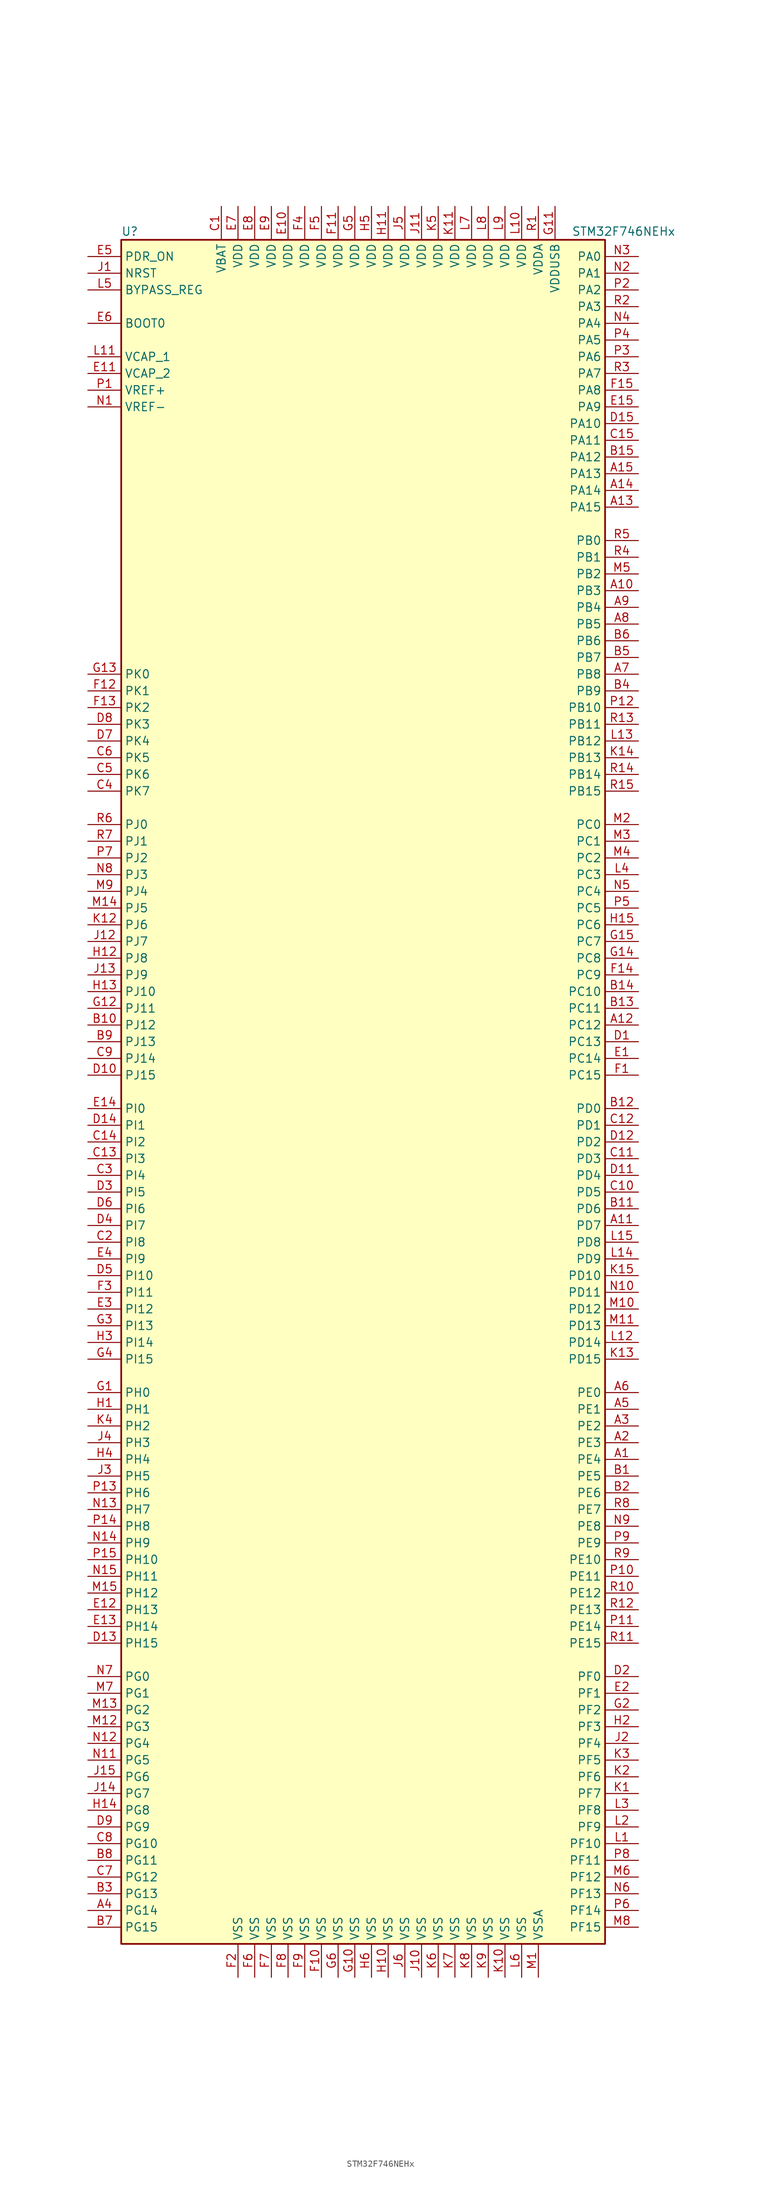
<source format=kicad_sym>
(kicad_symbol_lib
  (version 20220914)
  (generator kicad_symbol_editor)
  (symbol "STM32F746NEHx"
    (property "Reference" "U"
      (at -38.1 130.81 0)
      (effects (font (size 1.27 1.27)) (justify left)))
    (property "Value" "STM32F746NEHx"
      (at 30.48 130.81 0)
      (effects (font (size 1.27 1.27)) (justify left)))
    (symbol "STM32F746NEHx_0_1"
      (rectangle (start -38.1 -129.54) (end 35.56 129.54) (stroke (width 0.254) (type default)) (fill (type background))))
    (symbol "STM32F746NEHx_1_1"
      (pin bidirectional line (at 40.64 -55.88 180) (length 5.08) (name "PE4" (effects (font (size 1.27 1.27)))) (number "A1" (effects (font (size 1.27 1.27)))))
      (pin bidirectional line (at 40.64 76.2 180) (length 5.08) (name "PB3" (effects (font (size 1.27 1.27)))) (number "A10" (effects (font (size 1.27 1.27)))))
      (pin bidirectional line (at 40.64 -20.32 180) (length 5.08) (name "PD7" (effects (font (size 1.27 1.27)))) (number "A11" (effects (font (size 1.27 1.27)))))
      (pin bidirectional line (at 40.64 10.16 180) (length 5.08) (name "PC12" (effects (font (size 1.27 1.27)))) (number "A12" (effects (font (size 1.27 1.27)))))
      (pin bidirectional line (at 40.64 88.9 180) (length 5.08) (name "PA15" (effects (font (size 1.27 1.27)))) (number "A13" (effects (font (size 1.27 1.27)))))
      (pin bidirectional line (at 40.64 91.44 180) (length 5.08) (name "PA14" (effects (font (size 1.27 1.27)))) (number "A14" (effects (font (size 1.27 1.27)))))
      (pin bidirectional line (at 40.64 93.98 180) (length 5.08) (name "PA13" (effects (font (size 1.27 1.27)))) (number "A15" (effects (font (size 1.27 1.27)))))
      (pin bidirectional line (at 40.64 -53.34 180) (length 5.08) (name "PE3" (effects (font (size 1.27 1.27)))) (number "A2" (effects (font (size 1.27 1.27)))))
      (pin bidirectional line (at 40.64 -50.8 180) (length 5.08) (name "PE2" (effects (font (size 1.27 1.27)))) (number "A3" (effects (font (size 1.27 1.27)))))
      (pin bidirectional line (at -43.18 -124.46 0) (length 5.08) (name "PG14" (effects (font (size 1.27 1.27)))) (number "A4" (effects (font (size 1.27 1.27)))))
      (pin bidirectional line (at 40.64 -48.26 180) (length 5.08) (name "PE1" (effects (font (size 1.27 1.27)))) (number "A5" (effects (font (size 1.27 1.27)))))
      (pin bidirectional line (at 40.64 -45.72 180) (length 5.08) (name "PE0" (effects (font (size 1.27 1.27)))) (number "A6" (effects (font (size 1.27 1.27)))))
      (pin bidirectional line (at 40.64 63.5 180) (length 5.08) (name "PB8" (effects (font (size 1.27 1.27)))) (number "A7" (effects (font (size 1.27 1.27)))))
      (pin bidirectional line (at 40.64 71.12 180) (length 5.08) (name "PB5" (effects (font (size 1.27 1.27)))) (number "A8" (effects (font (size 1.27 1.27)))))
      (pin bidirectional line (at 40.64 73.66 180) (length 5.08) (name "PB4" (effects (font (size 1.27 1.27)))) (number "A9" (effects (font (size 1.27 1.27)))))
      (pin bidirectional line (at 40.64 -58.42 180) (length 5.08) (name "PE5" (effects (font (size 1.27 1.27)))) (number "B1" (effects (font (size 1.27 1.27)))))
      (pin bidirectional line (at -43.18 10.16 0) (length 5.08) (name "PJ12" (effects (font (size 1.27 1.27)))) (number "B10" (effects (font (size 1.27 1.27)))))
      (pin bidirectional line (at 40.64 -17.78 180) (length 5.08) (name "PD6" (effects (font (size 1.27 1.27)))) (number "B11" (effects (font (size 1.27 1.27)))))
      (pin bidirectional line (at 40.64 -2.54 180) (length 5.08) (name "PD0" (effects (font (size 1.27 1.27)))) (number "B12" (effects (font (size 1.27 1.27)))))
      (pin bidirectional line (at 40.64 12.7 180) (length 5.08) (name "PC11" (effects (font (size 1.27 1.27)))) (number "B13" (effects (font (size 1.27 1.27)))))
      (pin bidirectional line (at 40.64 15.24 180) (length 5.08) (name "PC10" (effects (font (size 1.27 1.27)))) (number "B14" (effects (font (size 1.27 1.27)))))
      (pin bidirectional line (at 40.64 96.52 180) (length 5.08) (name "PA12" (effects (font (size 1.27 1.27)))) (number "B15" (effects (font (size 1.27 1.27)))))
      (pin bidirectional line (at 40.64 -60.96 180) (length 5.08) (name "PE6" (effects (font (size 1.27 1.27)))) (number "B2" (effects (font (size 1.27 1.27)))))
      (pin bidirectional line (at -43.18 -121.92 0) (length 5.08) (name "PG13" (effects (font (size 1.27 1.27)))) (number "B3" (effects (font (size 1.27 1.27)))))
      (pin bidirectional line (at 40.64 60.96 180) (length 5.08) (name "PB9" (effects (font (size 1.27 1.27)))) (number "B4" (effects (font (size 1.27 1.27)))))
      (pin bidirectional line (at 40.64 66.04 180) (length 5.08) (name "PB7" (effects (font (size 1.27 1.27)))) (number "B5" (effects (font (size 1.27 1.27)))))
      (pin bidirectional line (at 40.64 68.58 180) (length 5.08) (name "PB6" (effects (font (size 1.27 1.27)))) (number "B6" (effects (font (size 1.27 1.27)))))
      (pin bidirectional line (at -43.18 -127 0) (length 5.08) (name "PG15" (effects (font (size 1.27 1.27)))) (number "B7" (effects (font (size 1.27 1.27)))))
      (pin bidirectional line (at -43.18 -116.84 0) (length 5.08) (name "PG11" (effects (font (size 1.27 1.27)))) (number "B8" (effects (font (size 1.27 1.27)))))
      (pin bidirectional line (at -43.18 7.62 0) (length 5.08) (name "PJ13" (effects (font (size 1.27 1.27)))) (number "B9" (effects (font (size 1.27 1.27)))))
      (pin power_in line (at -22.86 134.62 270) (length 5.08) (name "VBAT" (effects (font (size 1.27 1.27)))) (number "C1" (effects (font (size 1.27 1.27)))))
      (pin bidirectional line (at 40.64 -15.24 180) (length 5.08) (name "PD5" (effects (font (size 1.27 1.27)))) (number "C10" (effects (font (size 1.27 1.27)))))
      (pin bidirectional line (at 40.64 -10.16 180) (length 5.08) (name "PD3" (effects (font (size 1.27 1.27)))) (number "C11" (effects (font (size 1.27 1.27)))))
      (pin bidirectional line (at 40.64 -5.08 180) (length 5.08) (name "PD1" (effects (font (size 1.27 1.27)))) (number "C12" (effects (font (size 1.27 1.27)))))
      (pin bidirectional line (at -43.18 -10.16 0) (length 5.08) (name "PI3" (effects (font (size 1.27 1.27)))) (number "C13" (effects (font (size 1.27 1.27)))))
      (pin bidirectional line (at -43.18 -7.62 0) (length 5.08) (name "PI2" (effects (font (size 1.27 1.27)))) (number "C14" (effects (font (size 1.27 1.27)))))
      (pin bidirectional line (at 40.64 99.06 180) (length 5.08) (name "PA11" (effects (font (size 1.27 1.27)))) (number "C15" (effects (font (size 1.27 1.27)))))
      (pin bidirectional line (at -43.18 -22.86 0) (length 5.08) (name "PI8" (effects (font (size 1.27 1.27)))) (number "C2" (effects (font (size 1.27 1.27)))))
      (pin bidirectional line (at -43.18 -12.7 0) (length 5.08) (name "PI4" (effects (font (size 1.27 1.27)))) (number "C3" (effects (font (size 1.27 1.27)))))
      (pin bidirectional line (at -43.18 45.72 0) (length 5.08) (name "PK7" (effects (font (size 1.27 1.27)))) (number "C4" (effects (font (size 1.27 1.27)))))
      (pin bidirectional line (at -43.18 48.26 0) (length 5.08) (name "PK6" (effects (font (size 1.27 1.27)))) (number "C5" (effects (font (size 1.27 1.27)))))
      (pin bidirectional line (at -43.18 50.8 0) (length 5.08) (name "PK5" (effects (font (size 1.27 1.27)))) (number "C6" (effects (font (size 1.27 1.27)))))
      (pin bidirectional line (at -43.18 -119.38 0) (length 5.08) (name "PG12" (effects (font (size 1.27 1.27)))) (number "C7" (effects (font (size 1.27 1.27)))))
      (pin bidirectional line (at -43.18 -114.3 0) (length 5.08) (name "PG10" (effects (font (size 1.27 1.27)))) (number "C8" (effects (font (size 1.27 1.27)))))
      (pin bidirectional line (at -43.18 5.08 0) (length 5.08) (name "PJ14" (effects (font (size 1.27 1.27)))) (number "C9" (effects (font (size 1.27 1.27)))))
      (pin bidirectional line (at 40.64 7.62 180) (length 5.08) (name "PC13" (effects (font (size 1.27 1.27)))) (number "D1" (effects (font (size 1.27 1.27)))))
      (pin bidirectional line (at -43.18 2.54 0) (length 5.08) (name "PJ15" (effects (font (size 1.27 1.27)))) (number "D10" (effects (font (size 1.27 1.27)))))
      (pin bidirectional line (at 40.64 -12.7 180) (length 5.08) (name "PD4" (effects (font (size 1.27 1.27)))) (number "D11" (effects (font (size 1.27 1.27)))))
      (pin bidirectional line (at 40.64 -7.62 180) (length 5.08) (name "PD2" (effects (font (size 1.27 1.27)))) (number "D12" (effects (font (size 1.27 1.27)))))
      (pin bidirectional line (at -43.18 -83.82 0) (length 5.08) (name "PH15" (effects (font (size 1.27 1.27)))) (number "D13" (effects (font (size 1.27 1.27)))))
      (pin bidirectional line (at -43.18 -5.08 0) (length 5.08) (name "PI1" (effects (font (size 1.27 1.27)))) (number "D14" (effects (font (size 1.27 1.27)))))
      (pin bidirectional line (at 40.64 101.6 180) (length 5.08) (name "PA10" (effects (font (size 1.27 1.27)))) (number "D15" (effects (font (size 1.27 1.27)))))
      (pin bidirectional line (at 40.64 -88.9 180) (length 5.08) (name "PF0" (effects (font (size 1.27 1.27)))) (number "D2" (effects (font (size 1.27 1.27)))))
      (pin bidirectional line (at -43.18 -15.24 0) (length 5.08) (name "PI5" (effects (font (size 1.27 1.27)))) (number "D3" (effects (font (size 1.27 1.27)))))
      (pin bidirectional line (at -43.18 -20.32 0) (length 5.08) (name "PI7" (effects (font (size 1.27 1.27)))) (number "D4" (effects (font (size 1.27 1.27)))))
      (pin bidirectional line (at -43.18 -27.94 0) (length 5.08) (name "PI10" (effects (font (size 1.27 1.27)))) (number "D5" (effects (font (size 1.27 1.27)))))
      (pin bidirectional line (at -43.18 -17.78 0) (length 5.08) (name "PI6" (effects (font (size 1.27 1.27)))) (number "D6" (effects (font (size 1.27 1.27)))))
      (pin bidirectional line (at -43.18 53.34 0) (length 5.08) (name "PK4" (effects (font (size 1.27 1.27)))) (number "D7" (effects (font (size 1.27 1.27)))))
      (pin bidirectional line (at -43.18 55.88 0) (length 5.08) (name "PK3" (effects (font (size 1.27 1.27)))) (number "D8" (effects (font (size 1.27 1.27)))))
      (pin bidirectional line (at -43.18 -111.76 0) (length 5.08) (name "PG9" (effects (font (size 1.27 1.27)))) (number "D9" (effects (font (size 1.27 1.27)))))
      (pin bidirectional line (at 40.64 5.08 180) (length 5.08) (name "PC14" (effects (font (size 1.27 1.27)))) (number "E1" (effects (font (size 1.27 1.27)))))
      (pin power_in line (at -12.7 134.62 270) (length 5.08) (name "VDD" (effects (font (size 1.27 1.27)))) (number "E10" (effects (font (size 1.27 1.27)))))
      (pin power_in line (at -43.18 109.22 0) (length 5.08) (name "VCAP_2" (effects (font (size 1.27 1.27)))) (number "E11" (effects (font (size 1.27 1.27)))))
      (pin bidirectional line (at -43.18 -78.74 0) (length 5.08) (name "PH13" (effects (font (size 1.27 1.27)))) (number "E12" (effects (font (size 1.27 1.27)))))
      (pin bidirectional line (at -43.18 -81.28 0) (length 5.08) (name "PH14" (effects (font (size 1.27 1.27)))) (number "E13" (effects (font (size 1.27 1.27)))))
      (pin bidirectional line (at -43.18 -2.54 0) (length 5.08) (name "PI0" (effects (font (size 1.27 1.27)))) (number "E14" (effects (font (size 1.27 1.27)))))
      (pin bidirectional line (at 40.64 104.14 180) (length 5.08) (name "PA9" (effects (font (size 1.27 1.27)))) (number "E15" (effects (font (size 1.27 1.27)))))
      (pin bidirectional line (at 40.64 -91.44 180) (length 5.08) (name "PF1" (effects (font (size 1.27 1.27)))) (number "E2" (effects (font (size 1.27 1.27)))))
      (pin bidirectional line (at -43.18 -33.02 0) (length 5.08) (name "PI12" (effects (font (size 1.27 1.27)))) (number "E3" (effects (font (size 1.27 1.27)))))
      (pin bidirectional line (at -43.18 -25.4 0) (length 5.08) (name "PI9" (effects (font (size 1.27 1.27)))) (number "E4" (effects (font (size 1.27 1.27)))))
      (pin input line (at -43.18 127 0) (length 5.08) (name "PDR_ON" (effects (font (size 1.27 1.27)))) (number "E5" (effects (font (size 1.27 1.27)))))
      (pin input line (at -43.18 116.84 0) (length 5.08) (name "BOOT0" (effects (font (size 1.27 1.27)))) (number "E6" (effects (font (size 1.27 1.27)))))
      (pin power_in line (at -20.32 134.62 270) (length 5.08) (name "VDD" (effects (font (size 1.27 1.27)))) (number "E7" (effects (font (size 1.27 1.27)))))
      (pin power_in line (at -17.78 134.62 270) (length 5.08) (name "VDD" (effects (font (size 1.27 1.27)))) (number "E8" (effects (font (size 1.27 1.27)))))
      (pin power_in line (at -15.24 134.62 270) (length 5.08) (name "VDD" (effects (font (size 1.27 1.27)))) (number "E9" (effects (font (size 1.27 1.27)))))
      (pin bidirectional line (at 40.64 2.54 180) (length 5.08) (name "PC15" (effects (font (size 1.27 1.27)))) (number "F1" (effects (font (size 1.27 1.27)))))
      (pin power_in line (at -7.62 -134.62 90) (length 5.08) (name "VSS" (effects (font (size 1.27 1.27)))) (number "F10" (effects (font (size 1.27 1.27)))))
      (pin power_in line (at -5.08 134.62 270) (length 5.08) (name "VDD" (effects (font (size 1.27 1.27)))) (number "F11" (effects (font (size 1.27 1.27)))))
      (pin bidirectional line (at -43.18 60.96 0) (length 5.08) (name "PK1" (effects (font (size 1.27 1.27)))) (number "F12" (effects (font (size 1.27 1.27)))))
      (pin bidirectional line (at -43.18 58.42 0) (length 5.08) (name "PK2" (effects (font (size 1.27 1.27)))) (number "F13" (effects (font (size 1.27 1.27)))))
      (pin bidirectional line (at 40.64 17.78 180) (length 5.08) (name "PC9" (effects (font (size 1.27 1.27)))) (number "F14" (effects (font (size 1.27 1.27)))))
      (pin bidirectional line (at 40.64 106.68 180) (length 5.08) (name "PA8" (effects (font (size 1.27 1.27)))) (number "F15" (effects (font (size 1.27 1.27)))))
      (pin power_in line (at -20.32 -134.62 90) (length 5.08) (name "VSS" (effects (font (size 1.27 1.27)))) (number "F2" (effects (font (size 1.27 1.27)))))
      (pin bidirectional line (at -43.18 -30.48 0) (length 5.08) (name "PI11" (effects (font (size 1.27 1.27)))) (number "F3" (effects (font (size 1.27 1.27)))))
      (pin power_in line (at -10.16 134.62 270) (length 5.08) (name "VDD" (effects (font (size 1.27 1.27)))) (number "F4" (effects (font (size 1.27 1.27)))))
      (pin power_in line (at -7.62 134.62 270) (length 5.08) (name "VDD" (effects (font (size 1.27 1.27)))) (number "F5" (effects (font (size 1.27 1.27)))))
      (pin power_in line (at -17.78 -134.62 90) (length 5.08) (name "VSS" (effects (font (size 1.27 1.27)))) (number "F6" (effects (font (size 1.27 1.27)))))
      (pin power_in line (at -15.24 -134.62 90) (length 5.08) (name "VSS" (effects (font (size 1.27 1.27)))) (number "F7" (effects (font (size 1.27 1.27)))))
      (pin power_in line (at -12.7 -134.62 90) (length 5.08) (name "VSS" (effects (font (size 1.27 1.27)))) (number "F8" (effects (font (size 1.27 1.27)))))
      (pin power_in line (at -10.16 -134.62 90) (length 5.08) (name "VSS" (effects (font (size 1.27 1.27)))) (number "F9" (effects (font (size 1.27 1.27)))))
      (pin input line (at -43.18 -45.72 0) (length 5.08) (name "PH0" (effects (font (size 1.27 1.27)))) (number "G1" (effects (font (size 1.27 1.27)))))
      (pin power_in line (at -2.54 -134.62 90) (length 5.08) (name "VSS" (effects (font (size 1.27 1.27)))) (number "G10" (effects (font (size 1.27 1.27)))))
      (pin power_in line (at 27.94 134.62 270) (length 5.08) (name "VDDUSB" (effects (font (size 1.27 1.27)))) (number "G11" (effects (font (size 1.27 1.27)))))
      (pin bidirectional line (at -43.18 12.7 0) (length 5.08) (name "PJ11" (effects (font (size 1.27 1.27)))) (number "G12" (effects (font (size 1.27 1.27)))))
      (pin bidirectional line (at -43.18 63.5 0) (length 5.08) (name "PK0" (effects (font (size 1.27 1.27)))) (number "G13" (effects (font (size 1.27 1.27)))))
      (pin bidirectional line (at 40.64 20.32 180) (length 5.08) (name "PC8" (effects (font (size 1.27 1.27)))) (number "G14" (effects (font (size 1.27 1.27)))))
      (pin bidirectional line (at 40.64 22.86 180) (length 5.08) (name "PC7" (effects (font (size 1.27 1.27)))) (number "G15" (effects (font (size 1.27 1.27)))))
      (pin bidirectional line (at 40.64 -93.98 180) (length 5.08) (name "PF2" (effects (font (size 1.27 1.27)))) (number "G2" (effects (font (size 1.27 1.27)))))
      (pin bidirectional line (at -43.18 -35.56 0) (length 5.08) (name "PI13" (effects (font (size 1.27 1.27)))) (number "G3" (effects (font (size 1.27 1.27)))))
      (pin bidirectional line (at -43.18 -40.64 0) (length 5.08) (name "PI15" (effects (font (size 1.27 1.27)))) (number "G4" (effects (font (size 1.27 1.27)))))
      (pin power_in line (at -2.54 134.62 270) (length 5.08) (name "VDD" (effects (font (size 1.27 1.27)))) (number "G5" (effects (font (size 1.27 1.27)))))
      (pin power_in line (at -5.08 -134.62 90) (length 5.08) (name "VSS" (effects (font (size 1.27 1.27)))) (number "G6" (effects (font (size 1.27 1.27)))))
      (pin input line (at -43.18 -48.26 0) (length 5.08) (name "PH1" (effects (font (size 1.27 1.27)))) (number "H1" (effects (font (size 1.27 1.27)))))
      (pin power_in line (at 2.54 -134.62 90) (length 5.08) (name "VSS" (effects (font (size 1.27 1.27)))) (number "H10" (effects (font (size 1.27 1.27)))))
      (pin power_in line (at 2.54 134.62 270) (length 5.08) (name "VDD" (effects (font (size 1.27 1.27)))) (number "H11" (effects (font (size 1.27 1.27)))))
      (pin bidirectional line (at -43.18 20.32 0) (length 5.08) (name "PJ8" (effects (font (size 1.27 1.27)))) (number "H12" (effects (font (size 1.27 1.27)))))
      (pin bidirectional line (at -43.18 15.24 0) (length 5.08) (name "PJ10" (effects (font (size 1.27 1.27)))) (number "H13" (effects (font (size 1.27 1.27)))))
      (pin bidirectional line (at -43.18 -109.22 0) (length 5.08) (name "PG8" (effects (font (size 1.27 1.27)))) (number "H14" (effects (font (size 1.27 1.27)))))
      (pin bidirectional line (at 40.64 25.4 180) (length 5.08) (name "PC6" (effects (font (size 1.27 1.27)))) (number "H15" (effects (font (size 1.27 1.27)))))
      (pin bidirectional line (at 40.64 -96.52 180) (length 5.08) (name "PF3" (effects (font (size 1.27 1.27)))) (number "H2" (effects (font (size 1.27 1.27)))))
      (pin bidirectional line (at -43.18 -38.1 0) (length 5.08) (name "PI14" (effects (font (size 1.27 1.27)))) (number "H3" (effects (font (size 1.27 1.27)))))
      (pin bidirectional line (at -43.18 -55.88 0) (length 5.08) (name "PH4" (effects (font (size 1.27 1.27)))) (number "H4" (effects (font (size 1.27 1.27)))))
      (pin power_in line (at 0 134.62 270) (length 5.08) (name "VDD" (effects (font (size 1.27 1.27)))) (number "H5" (effects (font (size 1.27 1.27)))))
      (pin power_in line (at 0 -134.62 90) (length 5.08) (name "VSS" (effects (font (size 1.27 1.27)))) (number "H6" (effects (font (size 1.27 1.27)))))
      (pin input line (at -43.18 124.46 0) (length 5.08) (name "NRST" (effects (font (size 1.27 1.27)))) (number "J1" (effects (font (size 1.27 1.27)))))
      (pin power_in line (at 7.62 -134.62 90) (length 5.08) (name "VSS" (effects (font (size 1.27 1.27)))) (number "J10" (effects (font (size 1.27 1.27)))))
      (pin power_in line (at 7.62 134.62 270) (length 5.08) (name "VDD" (effects (font (size 1.27 1.27)))) (number "J11" (effects (font (size 1.27 1.27)))))
      (pin bidirectional line (at -43.18 22.86 0) (length 5.08) (name "PJ7" (effects (font (size 1.27 1.27)))) (number "J12" (effects (font (size 1.27 1.27)))))
      (pin bidirectional line (at -43.18 17.78 0) (length 5.08) (name "PJ9" (effects (font (size 1.27 1.27)))) (number "J13" (effects (font (size 1.27 1.27)))))
      (pin bidirectional line (at -43.18 -106.68 0) (length 5.08) (name "PG7" (effects (font (size 1.27 1.27)))) (number "J14" (effects (font (size 1.27 1.27)))))
      (pin bidirectional line (at -43.18 -104.14 0) (length 5.08) (name "PG6" (effects (font (size 1.27 1.27)))) (number "J15" (effects (font (size 1.27 1.27)))))
      (pin bidirectional line (at 40.64 -99.06 180) (length 5.08) (name "PF4" (effects (font (size 1.27 1.27)))) (number "J2" (effects (font (size 1.27 1.27)))))
      (pin bidirectional line (at -43.18 -58.42 0) (length 5.08) (name "PH5" (effects (font (size 1.27 1.27)))) (number "J3" (effects (font (size 1.27 1.27)))))
      (pin bidirectional line (at -43.18 -53.34 0) (length 5.08) (name "PH3" (effects (font (size 1.27 1.27)))) (number "J4" (effects (font (size 1.27 1.27)))))
      (pin power_in line (at 5.08 134.62 270) (length 5.08) (name "VDD" (effects (font (size 1.27 1.27)))) (number "J5" (effects (font (size 1.27 1.27)))))
      (pin power_in line (at 5.08 -134.62 90) (length 5.08) (name "VSS" (effects (font (size 1.27 1.27)))) (number "J6" (effects (font (size 1.27 1.27)))))
      (pin bidirectional line (at 40.64 -106.68 180) (length 5.08) (name "PF7" (effects (font (size 1.27 1.27)))) (number "K1" (effects (font (size 1.27 1.27)))))
      (pin power_in line (at 20.32 -134.62 90) (length 5.08) (name "VSS" (effects (font (size 1.27 1.27)))) (number "K10" (effects (font (size 1.27 1.27)))))
      (pin power_in line (at 12.7 134.62 270) (length 5.08) (name "VDD" (effects (font (size 1.27 1.27)))) (number "K11" (effects (font (size 1.27 1.27)))))
      (pin bidirectional line (at -43.18 25.4 0) (length 5.08) (name "PJ6" (effects (font (size 1.27 1.27)))) (number "K12" (effects (font (size 1.27 1.27)))))
      (pin bidirectional line (at 40.64 -40.64 180) (length 5.08) (name "PD15" (effects (font (size 1.27 1.27)))) (number "K13" (effects (font (size 1.27 1.27)))))
      (pin bidirectional line (at 40.64 50.8 180) (length 5.08) (name "PB13" (effects (font (size 1.27 1.27)))) (number "K14" (effects (font (size 1.27 1.27)))))
      (pin bidirectional line (at 40.64 -27.94 180) (length 5.08) (name "PD10" (effects (font (size 1.27 1.27)))) (number "K15" (effects (font (size 1.27 1.27)))))
      (pin bidirectional line (at 40.64 -104.14 180) (length 5.08) (name "PF6" (effects (font (size 1.27 1.27)))) (number "K2" (effects (font (size 1.27 1.27)))))
      (pin bidirectional line (at 40.64 -101.6 180) (length 5.08) (name "PF5" (effects (font (size 1.27 1.27)))) (number "K3" (effects (font (size 1.27 1.27)))))
      (pin bidirectional line (at -43.18 -50.8 0) (length 5.08) (name "PH2" (effects (font (size 1.27 1.27)))) (number "K4" (effects (font (size 1.27 1.27)))))
      (pin power_in line (at 10.16 134.62 270) (length 5.08) (name "VDD" (effects (font (size 1.27 1.27)))) (number "K5" (effects (font (size 1.27 1.27)))))
      (pin power_in line (at 10.16 -134.62 90) (length 5.08) (name "VSS" (effects (font (size 1.27 1.27)))) (number "K6" (effects (font (size 1.27 1.27)))))
      (pin power_in line (at 12.7 -134.62 90) (length 5.08) (name "VSS" (effects (font (size 1.27 1.27)))) (number "K7" (effects (font (size 1.27 1.27)))))
      (pin power_in line (at 15.24 -134.62 90) (length 5.08) (name "VSS" (effects (font (size 1.27 1.27)))) (number "K8" (effects (font (size 1.27 1.27)))))
      (pin power_in line (at 17.78 -134.62 90) (length 5.08) (name "VSS" (effects (font (size 1.27 1.27)))) (number "K9" (effects (font (size 1.27 1.27)))))
      (pin bidirectional line (at 40.64 -114.3 180) (length 5.08) (name "PF10" (effects (font (size 1.27 1.27)))) (number "L1" (effects (font (size 1.27 1.27)))))
      (pin power_in line (at 22.86 134.62 270) (length 5.08) (name "VDD" (effects (font (size 1.27 1.27)))) (number "L10" (effects (font (size 1.27 1.27)))))
      (pin power_in line (at -43.18 111.76 0) (length 5.08) (name "VCAP_1" (effects (font (size 1.27 1.27)))) (number "L11" (effects (font (size 1.27 1.27)))))
      (pin bidirectional line (at 40.64 -38.1 180) (length 5.08) (name "PD14" (effects (font (size 1.27 1.27)))) (number "L12" (effects (font (size 1.27 1.27)))))
      (pin bidirectional line (at 40.64 53.34 180) (length 5.08) (name "PB12" (effects (font (size 1.27 1.27)))) (number "L13" (effects (font (size 1.27 1.27)))))
      (pin bidirectional line (at 40.64 -25.4 180) (length 5.08) (name "PD9" (effects (font (size 1.27 1.27)))) (number "L14" (effects (font (size 1.27 1.27)))))
      (pin bidirectional line (at 40.64 -22.86 180) (length 5.08) (name "PD8" (effects (font (size 1.27 1.27)))) (number "L15" (effects (font (size 1.27 1.27)))))
      (pin bidirectional line (at 40.64 -111.76 180) (length 5.08) (name "PF9" (effects (font (size 1.27 1.27)))) (number "L2" (effects (font (size 1.27 1.27)))))
      (pin bidirectional line (at 40.64 -109.22 180) (length 5.08) (name "PF8" (effects (font (size 1.27 1.27)))) (number "L3" (effects (font (size 1.27 1.27)))))
      (pin bidirectional line (at 40.64 33.02 180) (length 5.08) (name "PC3" (effects (font (size 1.27 1.27)))) (number "L4" (effects (font (size 1.27 1.27)))))
      (pin input line (at -43.18 121.92 0) (length 5.08) (name "BYPASS_REG" (effects (font (size 1.27 1.27)))) (number "L5" (effects (font (size 1.27 1.27)))))
      (pin power_in line (at 22.86 -134.62 90) (length 5.08) (name "VSS" (effects (font (size 1.27 1.27)))) (number "L6" (effects (font (size 1.27 1.27)))))
      (pin power_in line (at 15.24 134.62 270) (length 5.08) (name "VDD" (effects (font (size 1.27 1.27)))) (number "L7" (effects (font (size 1.27 1.27)))))
      (pin power_in line (at 17.78 134.62 270) (length 5.08) (name "VDD" (effects (font (size 1.27 1.27)))) (number "L8" (effects (font (size 1.27 1.27)))))
      (pin power_in line (at 20.32 134.62 270) (length 5.08) (name "VDD" (effects (font (size 1.27 1.27)))) (number "L9" (effects (font (size 1.27 1.27)))))
      (pin power_in line (at 25.4 -134.62 90) (length 5.08) (name "VSSA" (effects (font (size 1.27 1.27)))) (number "M1" (effects (font (size 1.27 1.27)))))
      (pin bidirectional line (at 40.64 -33.02 180) (length 5.08) (name "PD12" (effects (font (size 1.27 1.27)))) (number "M10" (effects (font (size 1.27 1.27)))))
      (pin bidirectional line (at 40.64 -35.56 180) (length 5.08) (name "PD13" (effects (font (size 1.27 1.27)))) (number "M11" (effects (font (size 1.27 1.27)))))
      (pin bidirectional line (at -43.18 -96.52 0) (length 5.08) (name "PG3" (effects (font (size 1.27 1.27)))) (number "M12" (effects (font (size 1.27 1.27)))))
      (pin bidirectional line (at -43.18 -93.98 0) (length 5.08) (name "PG2" (effects (font (size 1.27 1.27)))) (number "M13" (effects (font (size 1.27 1.27)))))
      (pin bidirectional line (at -43.18 27.94 0) (length 5.08) (name "PJ5" (effects (font (size 1.27 1.27)))) (number "M14" (effects (font (size 1.27 1.27)))))
      (pin bidirectional line (at -43.18 -76.2 0) (length 5.08) (name "PH12" (effects (font (size 1.27 1.27)))) (number "M15" (effects (font (size 1.27 1.27)))))
      (pin bidirectional line (at 40.64 40.64 180) (length 5.08) (name "PC0" (effects (font (size 1.27 1.27)))) (number "M2" (effects (font (size 1.27 1.27)))))
      (pin bidirectional line (at 40.64 38.1 180) (length 5.08) (name "PC1" (effects (font (size 1.27 1.27)))) (number "M3" (effects (font (size 1.27 1.27)))))
      (pin bidirectional line (at 40.64 35.56 180) (length 5.08) (name "PC2" (effects (font (size 1.27 1.27)))) (number "M4" (effects (font (size 1.27 1.27)))))
      (pin bidirectional line (at 40.64 78.74 180) (length 5.08) (name "PB2" (effects (font (size 1.27 1.27)))) (number "M5" (effects (font (size 1.27 1.27)))))
      (pin bidirectional line (at 40.64 -119.38 180) (length 5.08) (name "PF12" (effects (font (size 1.27 1.27)))) (number "M6" (effects (font (size 1.27 1.27)))))
      (pin bidirectional line (at -43.18 -91.44 0) (length 5.08) (name "PG1" (effects (font (size 1.27 1.27)))) (number "M7" (effects (font (size 1.27 1.27)))))
      (pin bidirectional line (at 40.64 -127 180) (length 5.08) (name "PF15" (effects (font (size 1.27 1.27)))) (number "M8" (effects (font (size 1.27 1.27)))))
      (pin bidirectional line (at -43.18 30.48 0) (length 5.08) (name "PJ4" (effects (font (size 1.27 1.27)))) (number "M9" (effects (font (size 1.27 1.27)))))
      (pin power_in line (at -43.18 104.14 0) (length 5.08) (name "VREF-" (effects (font (size 1.27 1.27)))) (number "N1" (effects (font (size 1.27 1.27)))))
      (pin bidirectional line (at 40.64 -30.48 180) (length 5.08) (name "PD11" (effects (font (size 1.27 1.27)))) (number "N10" (effects (font (size 1.27 1.27)))))
      (pin bidirectional line (at -43.18 -101.6 0) (length 5.08) (name "PG5" (effects (font (size 1.27 1.27)))) (number "N11" (effects (font (size 1.27 1.27)))))
      (pin bidirectional line (at -43.18 -99.06 0) (length 5.08) (name "PG4" (effects (font (size 1.27 1.27)))) (number "N12" (effects (font (size 1.27 1.27)))))
      (pin bidirectional line (at -43.18 -63.5 0) (length 5.08) (name "PH7" (effects (font (size 1.27 1.27)))) (number "N13" (effects (font (size 1.27 1.27)))))
      (pin bidirectional line (at -43.18 -68.58 0) (length 5.08) (name "PH9" (effects (font (size 1.27 1.27)))) (number "N14" (effects (font (size 1.27 1.27)))))
      (pin bidirectional line (at -43.18 -73.66 0) (length 5.08) (name "PH11" (effects (font (size 1.27 1.27)))) (number "N15" (effects (font (size 1.27 1.27)))))
      (pin bidirectional line (at 40.64 124.46 180) (length 5.08) (name "PA1" (effects (font (size 1.27 1.27)))) (number "N2" (effects (font (size 1.27 1.27)))))
      (pin bidirectional line (at 40.64 127 180) (length 5.08) (name "PA0" (effects (font (size 1.27 1.27)))) (number "N3" (effects (font (size 1.27 1.27)))))
      (pin bidirectional line (at 40.64 116.84 180) (length 5.08) (name "PA4" (effects (font (size 1.27 1.27)))) (number "N4" (effects (font (size 1.27 1.27)))))
      (pin bidirectional line (at 40.64 30.48 180) (length 5.08) (name "PC4" (effects (font (size 1.27 1.27)))) (number "N5" (effects (font (size 1.27 1.27)))))
      (pin bidirectional line (at 40.64 -121.92 180) (length 5.08) (name "PF13" (effects (font (size 1.27 1.27)))) (number "N6" (effects (font (size 1.27 1.27)))))
      (pin bidirectional line (at -43.18 -88.9 0) (length 5.08) (name "PG0" (effects (font (size 1.27 1.27)))) (number "N7" (effects (font (size 1.27 1.27)))))
      (pin bidirectional line (at -43.18 33.02 0) (length 5.08) (name "PJ3" (effects (font (size 1.27 1.27)))) (number "N8" (effects (font (size 1.27 1.27)))))
      (pin bidirectional line (at 40.64 -66.04 180) (length 5.08) (name "PE8" (effects (font (size 1.27 1.27)))) (number "N9" (effects (font (size 1.27 1.27)))))
      (pin power_in line (at -43.18 106.68 0) (length 5.08) (name "VREF+" (effects (font (size 1.27 1.27)))) (number "P1" (effects (font (size 1.27 1.27)))))
      (pin bidirectional line (at 40.64 -73.66 180) (length 5.08) (name "PE11" (effects (font (size 1.27 1.27)))) (number "P10" (effects (font (size 1.27 1.27)))))
      (pin bidirectional line (at 40.64 -81.28 180) (length 5.08) (name "PE14" (effects (font (size 1.27 1.27)))) (number "P11" (effects (font (size 1.27 1.27)))))
      (pin bidirectional line (at 40.64 58.42 180) (length 5.08) (name "PB10" (effects (font (size 1.27 1.27)))) (number "P12" (effects (font (size 1.27 1.27)))))
      (pin bidirectional line (at -43.18 -60.96 0) (length 5.08) (name "PH6" (effects (font (size 1.27 1.27)))) (number "P13" (effects (font (size 1.27 1.27)))))
      (pin bidirectional line (at -43.18 -66.04 0) (length 5.08) (name "PH8" (effects (font (size 1.27 1.27)))) (number "P14" (effects (font (size 1.27 1.27)))))
      (pin bidirectional line (at -43.18 -71.12 0) (length 5.08) (name "PH10" (effects (font (size 1.27 1.27)))) (number "P15" (effects (font (size 1.27 1.27)))))
      (pin bidirectional line (at 40.64 121.92 180) (length 5.08) (name "PA2" (effects (font (size 1.27 1.27)))) (number "P2" (effects (font (size 1.27 1.27)))))
      (pin bidirectional line (at 40.64 111.76 180) (length 5.08) (name "PA6" (effects (font (size 1.27 1.27)))) (number "P3" (effects (font (size 1.27 1.27)))))
      (pin bidirectional line (at 40.64 114.3 180) (length 5.08) (name "PA5" (effects (font (size 1.27 1.27)))) (number "P4" (effects (font (size 1.27 1.27)))))
      (pin bidirectional line (at 40.64 27.94 180) (length 5.08) (name "PC5" (effects (font (size 1.27 1.27)))) (number "P5" (effects (font (size 1.27 1.27)))))
      (pin bidirectional line (at 40.64 -124.46 180) (length 5.08) (name "PF14" (effects (font (size 1.27 1.27)))) (number "P6" (effects (font (size 1.27 1.27)))))
      (pin bidirectional line (at -43.18 35.56 0) (length 5.08) (name "PJ2" (effects (font (size 1.27 1.27)))) (number "P7" (effects (font (size 1.27 1.27)))))
      (pin bidirectional line (at 40.64 -116.84 180) (length 5.08) (name "PF11" (effects (font (size 1.27 1.27)))) (number "P8" (effects (font (size 1.27 1.27)))))
      (pin bidirectional line (at 40.64 -68.58 180) (length 5.08) (name "PE9" (effects (font (size 1.27 1.27)))) (number "P9" (effects (font (size 1.27 1.27)))))
      (pin power_in line (at 25.4 134.62 270) (length 5.08) (name "VDDA" (effects (font (size 1.27 1.27)))) (number "R1" (effects (font (size 1.27 1.27)))))
      (pin bidirectional line (at 40.64 -76.2 180) (length 5.08) (name "PE12" (effects (font (size 1.27 1.27)))) (number "R10" (effects (font (size 1.27 1.27)))))
      (pin bidirectional line (at 40.64 -83.82 180) (length 5.08) (name "PE15" (effects (font (size 1.27 1.27)))) (number "R11" (effects (font (size 1.27 1.27)))))
      (pin bidirectional line (at 40.64 -78.74 180) (length 5.08) (name "PE13" (effects (font (size 1.27 1.27)))) (number "R12" (effects (font (size 1.27 1.27)))))
      (pin bidirectional line (at 40.64 55.88 180) (length 5.08) (name "PB11" (effects (font (size 1.27 1.27)))) (number "R13" (effects (font (size 1.27 1.27)))))
      (pin bidirectional line (at 40.64 48.26 180) (length 5.08) (name "PB14" (effects (font (size 1.27 1.27)))) (number "R14" (effects (font (size 1.27 1.27)))))
      (pin bidirectional line (at 40.64 45.72 180) (length 5.08) (name "PB15" (effects (font (size 1.27 1.27)))) (number "R15" (effects (font (size 1.27 1.27)))))
      (pin bidirectional line (at 40.64 119.38 180) (length 5.08) (name "PA3" (effects (font (size 1.27 1.27)))) (number "R2" (effects (font (size 1.27 1.27)))))
      (pin bidirectional line (at 40.64 109.22 180) (length 5.08) (name "PA7" (effects (font (size 1.27 1.27)))) (number "R3" (effects (font (size 1.27 1.27)))))
      (pin bidirectional line (at 40.64 81.28 180) (length 5.08) (name "PB1" (effects (font (size 1.27 1.27)))) (number "R4" (effects (font (size 1.27 1.27)))))
      (pin bidirectional line (at 40.64 83.82 180) (length 5.08) (name "PB0" (effects (font (size 1.27 1.27)))) (number "R5" (effects (font (size 1.27 1.27)))))
      (pin bidirectional line (at -43.18 40.64 0) (length 5.08) (name "PJ0" (effects (font (size 1.27 1.27)))) (number "R6" (effects (font (size 1.27 1.27)))))
      (pin bidirectional line (at -43.18 38.1 0) (length 5.08) (name "PJ1" (effects (font (size 1.27 1.27)))) (number "R7" (effects (font (size 1.27 1.27)))))
      (pin bidirectional line (at 40.64 -63.5 180) (length 5.08) (name "PE7" (effects (font (size 1.27 1.27)))) (number "R8" (effects (font (size 1.27 1.27)))))
      (pin bidirectional line (at 40.64 -71.12 180) (length 5.08) (name "PE10" (effects (font (size 1.27 1.27)))) (number "R9" (effects (font (size 1.27 1.27))))))))
</source>
